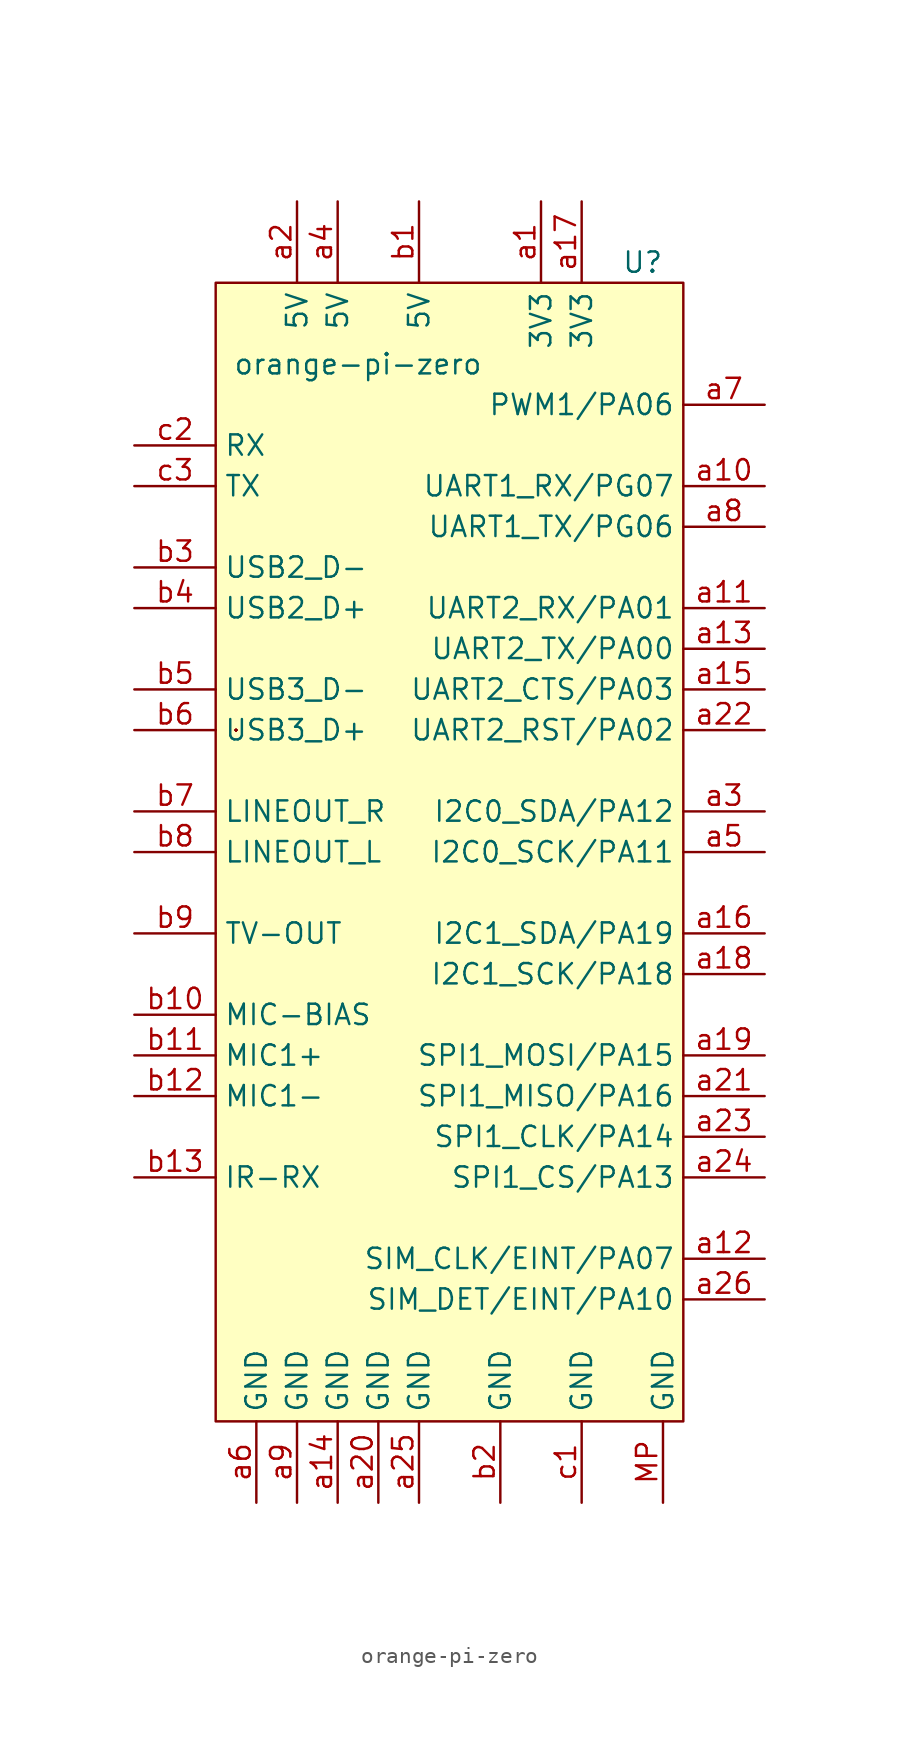
<source format=kicad_sym>
(kicad_symbol_lib
  (version 20211014)
  (generator kicad_symbol_editor)
  (symbol "orange-pi-zero"
    (property "Reference" "U"
      (at 13.97 36.83 0)
      (effects (font (size 1.27 1.27))))
    (property "Value" "orange-pi-zero"
      (at -3.81 30.48 0)
      (effects (font (size 1.27 1.27))))
    (symbol "orange-pi-zero_0_1"
      (rectangle (start -12.7 35.56) (end 16.51 -35.56) (stroke (width 0) (type default) (color 0 0 0 0)) (fill (type background)))
      (rectangle (start -11.43 7.62) (end -11.43 7.62) (stroke (width 0) (type default) (color 0 0 0 0)) (fill (type none)))
      (rectangle (start -11.43 7.62) (end -11.43 7.62) (stroke (width 0) (type default) (color 0 0 0 0)) (fill (type none)))
      (rectangle (start -11.43 7.62) (end -11.43 7.62) (stroke (width 0) (type default) (color 0 0 0 0)) (fill (type none)))
      (rectangle (start -11.43 7.62) (end -11.43 7.62) (stroke (width 0) (type default) (color 0 0 0 0)) (fill (type none)))
      (rectangle (start -11.43 7.62) (end -11.43 7.62) (stroke (width 0) (type default) (color 0 0 0 0)) (fill (type none)))
      (rectangle (start -11.43 7.62) (end -11.43 7.62) (stroke (width 0) (type default) (color 0 0 0 0)) (fill (type none)))
      (rectangle (start -11.43 7.62) (end -11.43 7.62) (stroke (width 0) (type default) (color 0 0 0 0)) (fill (type none)))
      (rectangle (start -11.43 7.62) (end -11.43 7.62) (stroke (width 0) (type default) (color 0 0 0 0)) (fill (type none)))
      (rectangle (start -11.43 7.62) (end -11.43 7.62) (stroke (width 0) (type default) (color 0 0 0 0)) (fill (type none)))
      (rectangle (start -11.43 7.62) (end -11.43 7.62) (stroke (width 0) (type default) (color 0 0 0 0)) (fill (type none)))
      (rectangle (start -11.43 7.62) (end -11.43 7.62) (stroke (width 0) (type default) (color 0 0 0 0)) (fill (type none)))
      (rectangle (start -11.43 7.62) (end -11.43 7.62) (stroke (width 0) (type default) (color 0 0 0 0)) (fill (type none)))
      (rectangle (start -11.43 7.62) (end -11.43 7.62) (stroke (width 0) (type default) (color 0 0 0 0)) (fill (type none)))
      (rectangle (start -11.43 7.62) (end -11.43 7.62) (stroke (width 0) (type default) (color 0 0 0 0)) (fill (type none)))
      (rectangle (start -11.43 7.62) (end -11.43 7.62) (stroke (width 0) (type default) (color 0 0 0 0)) (fill (type none)))
      (rectangle (start -11.43 7.62) (end -11.43 7.62) (stroke (width 0) (type default) (color 0 0 0 0)) (fill (type none)))
      (rectangle (start -11.43 7.62) (end -11.43 7.62) (stroke (width 0) (type default) (color 0 0 0 0)) (fill (type none)))
      (rectangle (start -11.43 7.62) (end -11.43 7.62) (stroke (width 0) (type default) (color 0 0 0 0)) (fill (type none)))
      (rectangle (start -11.43 7.62) (end -11.43 7.62) (stroke (width 0) (type default) (color 0 0 0 0)) (fill (type none)))
      (rectangle (start -11.43 7.62) (end -11.43 7.62) (stroke (width 0) (type default) (color 0 0 0 0)) (fill (type none)))
      (rectangle (start -11.43 7.62) (end -11.43 7.62) (stroke (width 0) (type default) (color 0 0 0 0)) (fill (type none)))
      (rectangle (start -11.43 7.62) (end -11.43 7.62) (stroke (width 0) (type default) (color 0 0 0 0)) (fill (type none)))
      (rectangle (start -11.43 7.62) (end -11.43 7.62) (stroke (width 0) (type default) (color 0 0 0 0)) (fill (type none)))
      (rectangle (start -11.43 7.62) (end -11.43 7.62) (stroke (width 0) (type default) (color 0 0 0 0)) (fill (type none)))
      (rectangle (start -11.43 7.62) (end -11.43 7.62) (stroke (width 0) (type default) (color 0 0 0 0)) (fill (type none)))
      (rectangle (start -11.43 7.62) (end -11.43 7.62) (stroke (width 0.1) (type default) (color 0 0 0 0)) (fill (type outline))))
    (symbol "orange-pi-zero_1_1"
      (pin passive line (at 15.24 -40.64 90) (length 5.08) (name "GND" (effects (font (size 1.27 1.27)))) (number "MP" (effects (font (size 1.27 1.27)))))
      (pin passive line (at 7.62 40.64 270) (length 5.08) (name "3V3" (effects (font (size 1.27 1.27)))) (number "a1" (effects (font (size 1.27 1.27)))))
      (pin passive line (at 21.59 22.86 180) (length 5.08) (name "UART1_RX/PG07" (effects (font (size 1.27 1.27)))) (number "a10" (effects (font (size 1.27 1.27)))))
      (pin passive line (at 21.59 15.24 180) (length 5.08) (name "UART2_RX/PA01" (effects (font (size 1.27 1.27)))) (number "a11" (effects (font (size 1.27 1.27)))))
      (pin passive line (at 21.59 -25.4 180) (length 5.08) (name "SIM_CLK/EINT/PA07" (effects (font (size 1.27 1.27)))) (number "a12" (effects (font (size 1.27 1.27)))))
      (pin passive line (at 21.59 12.7 180) (length 5.08) (name "UART2_TX/PA00" (effects (font (size 1.27 1.27)))) (number "a13" (effects (font (size 1.27 1.27)))))
      (pin passive line (at -5.08 -40.64 90) (length 5.08) (name "GND" (effects (font (size 1.27 1.27)))) (number "a14" (effects (font (size 1.27 1.27)))))
      (pin passive line (at 21.59 10.16 180) (length 5.08) (name "UART2_CTS/PA03" (effects (font (size 1.27 1.27)))) (number "a15" (effects (font (size 1.27 1.27)))))
      (pin passive line (at 21.59 -5.08 180) (length 5.08) (name "I2C1_SDA/PA19" (effects (font (size 1.27 1.27)))) (number "a16" (effects (font (size 1.27 1.27)))))
      (pin passive line (at 10.16 40.64 270) (length 5.08) (name "3V3" (effects (font (size 1.27 1.27)))) (number "a17" (effects (font (size 1.27 1.27)))))
      (pin passive line (at 21.59 -7.62 180) (length 5.08) (name "I2C1_SCK/PA18" (effects (font (size 1.27 1.27)))) (number "a18" (effects (font (size 1.27 1.27)))))
      (pin passive line (at 21.59 -12.7 180) (length 5.08) (name "SPI1_MOSI/PA15" (effects (font (size 1.27 1.27)))) (number "a19" (effects (font (size 1.27 1.27)))))
      (pin passive line (at -7.62 40.64 270) (length 5.08) (name "5V" (effects (font (size 1.27 1.27)))) (number "a2" (effects (font (size 1.27 1.27)))))
      (pin passive line (at -2.54 -40.64 90) (length 5.08) (name "GND" (effects (font (size 1.27 1.27)))) (number "a20" (effects (font (size 1.27 1.27)))))
      (pin passive line (at 21.59 -15.24 180) (length 5.08) (name "SPI1_MISO/PA16" (effects (font (size 1.27 1.27)))) (number "a21" (effects (font (size 1.27 1.27)))))
      (pin passive line (at 21.59 7.62 180) (length 5.08) (name "UART2_RST/PA02" (effects (font (size 1.27 1.27)))) (number "a22" (effects (font (size 1.27 1.27)))))
      (pin passive line (at 21.59 -17.78 180) (length 5.08) (name "SPI1_CLK/PA14" (effects (font (size 1.27 1.27)))) (number "a23" (effects (font (size 1.27 1.27)))))
      (pin passive line (at 21.59 -20.32 180) (length 5.08) (name "SPI1_CS/PA13" (effects (font (size 1.27 1.27)))) (number "a24" (effects (font (size 1.27 1.27)))))
      (pin passive line (at 0 -40.64 90) (length 5.08) (name "GND" (effects (font (size 1.27 1.27)))) (number "a25" (effects (font (size 1.27 1.27)))))
      (pin passive line (at 21.59 -27.94 180) (length 5.08) (name "SIM_DET/EINT/PA10" (effects (font (size 1.27 1.27)))) (number "a26" (effects (font (size 1.27 1.27)))))
      (pin passive line (at 21.59 2.54 180) (length 5.08) (name "I2C0_SDA/PA12" (effects (font (size 1.27 1.27)))) (number "a3" (effects (font (size 1.27 1.27)))))
      (pin passive line (at -5.08 40.64 270) (length 5.08) (name "5V" (effects (font (size 1.27 1.27)))) (number "a4" (effects (font (size 1.27 1.27)))))
      (pin passive line (at 21.59 0 180) (length 5.08) (name "I2C0_SCK/PA11" (effects (font (size 1.27 1.27)))) (number "a5" (effects (font (size 1.27 1.27)))))
      (pin passive line (at -10.16 -40.64 90) (length 5.08) (name "GND" (effects (font (size 1.27 1.27)))) (number "a6" (effects (font (size 1.27 1.27)))))
      (pin passive line (at 21.59 27.94 180) (length 5.08) (name "PWM1/PA06" (effects (font (size 1.27 1.27)))) (number "a7" (effects (font (size 1.27 1.27)))))
      (pin passive line (at 21.59 20.32 180) (length 5.08) (name "UART1_TX/PG06" (effects (font (size 1.27 1.27)))) (number "a8" (effects (font (size 1.27 1.27)))))
      (pin passive line (at -7.62 -40.64 90) (length 5.08) (name "GND" (effects (font (size 1.27 1.27)))) (number "a9" (effects (font (size 1.27 1.27)))))
      (pin passive line (at 0 40.64 270) (length 5.08) (name "5V" (effects (font (size 1.27 1.27)))) (number "b1" (effects (font (size 1.27 1.27)))))
      (pin passive line (at -17.78 -10.16 0) (length 5.08) (name "MIC-BIAS" (effects (font (size 1.27 1.27)))) (number "b10" (effects (font (size 1.27 1.27)))))
      (pin passive line (at -17.78 -12.7 0) (length 5.08) (name "MIC1+" (effects (font (size 1.27 1.27)))) (number "b11" (effects (font (size 1.27 1.27)))))
      (pin passive line (at -17.78 -15.24 0) (length 5.08) (name "MIC1-" (effects (font (size 1.27 1.27)))) (number "b12" (effects (font (size 1.27 1.27)))))
      (pin passive line (at -17.78 -20.32 0) (length 5.08) (name "IR-RX" (effects (font (size 1.27 1.27)))) (number "b13" (effects (font (size 1.27 1.27)))))
      (pin passive line (at 5.08 -40.64 90) (length 5.08) (name "GND" (effects (font (size 1.27 1.27)))) (number "b2" (effects (font (size 1.27 1.27)))))
      (pin passive line (at -17.78 17.78 0) (length 5.08) (name "USB2_D-" (effects (font (size 1.27 1.27)))) (number "b3" (effects (font (size 1.27 1.27)))))
      (pin passive line (at -17.78 15.24 0) (length 5.08) (name "USB2_D+" (effects (font (size 1.27 1.27)))) (number "b4" (effects (font (size 1.27 1.27)))))
      (pin passive line (at -17.78 10.16 0) (length 5.08) (name "USB3_D-" (effects (font (size 1.27 1.27)))) (number "b5" (effects (font (size 1.27 1.27)))))
      (pin passive line (at -17.78 7.62 0) (length 5.08) (name "USB3_D+" (effects (font (size 1.27 1.27)))) (number "b6" (effects (font (size 1.27 1.27)))))
      (pin passive line (at -17.78 2.54 0) (length 5.08) (name "LINEOUT_R" (effects (font (size 1.27 1.27)))) (number "b7" (effects (font (size 1.27 1.27)))))
      (pin passive line (at -17.78 0 0) (length 5.08) (name "LINEOUT_L" (effects (font (size 1.27 1.27)))) (number "b8" (effects (font (size 1.27 1.27)))))
      (pin passive line (at -17.78 -5.08 0) (length 5.08) (name "TV-OUT" (effects (font (size 1.27 1.27)))) (number "b9" (effects (font (size 1.27 1.27)))))
      (pin passive line (at 10.16 -40.64 90) (length 5.08) (name "GND" (effects (font (size 1.27 1.27)))) (number "c1" (effects (font (size 1.27 1.27)))))
      (pin passive line (at -17.78 25.4 0) (length 5.08) (name "RX" (effects (font (size 1.27 1.27)))) (number "c2" (effects (font (size 1.27 1.27)))))
      (pin passive line (at -17.78 22.86 0) (length 5.08) (name "TX" (effects (font (size 1.27 1.27)))) (number "c3" (effects (font (size 1.27 1.27))))))))
</source>
